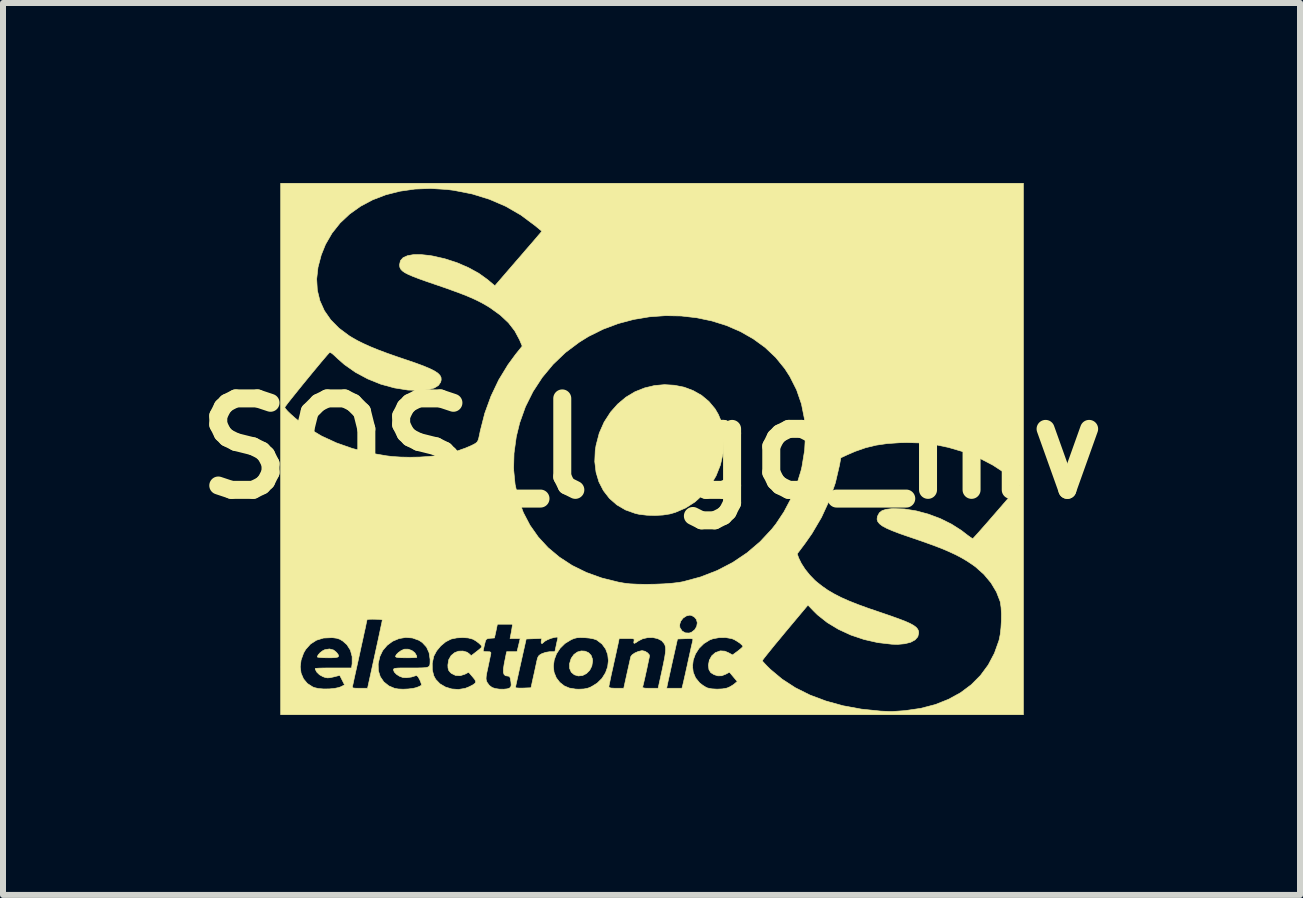
<source format=kicad_pcb>
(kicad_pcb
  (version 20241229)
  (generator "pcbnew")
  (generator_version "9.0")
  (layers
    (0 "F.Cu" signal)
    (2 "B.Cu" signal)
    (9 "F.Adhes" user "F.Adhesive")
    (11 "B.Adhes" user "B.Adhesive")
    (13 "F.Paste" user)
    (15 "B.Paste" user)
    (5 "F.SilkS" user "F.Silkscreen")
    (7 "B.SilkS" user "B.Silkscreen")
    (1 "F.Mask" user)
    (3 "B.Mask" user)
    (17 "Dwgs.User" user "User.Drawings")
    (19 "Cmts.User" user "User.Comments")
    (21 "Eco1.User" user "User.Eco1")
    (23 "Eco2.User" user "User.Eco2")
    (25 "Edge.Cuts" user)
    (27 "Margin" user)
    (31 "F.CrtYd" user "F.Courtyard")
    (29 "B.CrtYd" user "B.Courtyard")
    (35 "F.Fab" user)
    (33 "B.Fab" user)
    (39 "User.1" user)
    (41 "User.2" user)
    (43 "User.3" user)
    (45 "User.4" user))
  (footprint "SOS_logo_inv"
    (layer "F.Cu")
    (at 7.809 4.425)
    (property "Reference" "SOS_logo_inv" (at 0 0 0) (layer "F.SilkS") (effects (font (size 1.524 1.524) (thickness 0.3))))
    (attr through_hole)
    (fp_poly (pts (xy -5.299 3.359) (xy -5.25 3.399) (xy -5.223 3.435) (xy -5.215 3.46) (xy -5.228 3.476) (xy -5.266 3.484) (xy -5.332 3.488) (xy -5.393 3.488) (xy -5.466 3.487) (xy -5.525 3.483) (xy -5.562 3.478) (xy -5.571 3.474) (xy -5.557 3.441) (xy -5.523 3.403) (xy -5.479 3.37) (xy -5.444 3.353) (xy -5.367 3.341) (xy -5.299 3.359)) (stroke (width 0.01) (type solid)) (fill yes) (layer "F.SilkS"))
    (fp_poly (pts (xy -3.994 3.367) (xy -3.945 3.405) (xy -3.916 3.454) (xy -3.912 3.481) (xy -3.927 3.484) (xy -3.97 3.486) (xy -4.033 3.488) (xy -4.089 3.488) (xy -4.172 3.487) (xy -4.225 3.484) (xy -4.255 3.478) (xy -4.267 3.468) (xy -4.267 3.464) (xy -4.253 3.435) (xy -4.218 3.4) (xy -4.172 3.368) (xy -4.125 3.347) (xy -4.117 3.345) (xy -4.055 3.345) (xy -3.994 3.367)) (stroke (width 0.01) (type solid)) (fill yes) (layer "F.SilkS"))
    (fp_poly (pts (xy -1.108 3.378) (xy -1.052 3.402) (xy -1.008 3.446) (xy -0.985 3.508) (xy -0.982 3.541) (xy -0.995 3.625) (xy -1.031 3.697) (xy -1.085 3.751) (xy -1.15 3.784) (xy -1.221 3.791) (xy -1.287 3.771) (xy -1.338 3.728) (xy -1.365 3.666) (xy -1.367 3.59) (xy -1.342 3.506) (xy -1.337 3.495) (xy -1.292 3.432) (xy -1.235 3.392) (xy -1.171 3.374) (xy -1.108 3.378)) (stroke (width 0.01) (type solid)) (fill yes) (layer "F.SilkS"))
    (fp_poly (pts (xy 0.382 -1.054) (xy 0.543 -1.022) (xy 0.694 -0.965) (xy 0.834 -0.886) (xy 0.956 -0.784) (xy 1.059 -0.661) (xy 1.114 -0.567) (xy 1.164 -0.447) (xy 1.194 -0.322) (xy 1.207 -0.179) (xy 1.208 -0.119) (xy 1.192 0.083) (xy 1.148 0.275) (xy 1.076 0.455) (xy 0.981 0.619) (xy 0.862 0.766) (xy 0.724 0.891) (xy 0.568 0.991) (xy 0.396 1.065) (xy 0.305 1.091) (xy 0.19 1.109) (xy 0.058 1.116) (xy -0.078 1.112) (xy -0.205 1.097) (xy -0.268 1.083) (xy -0.434 1.024) (xy -0.579 0.939) (xy -0.702 0.831) (xy -0.802 0.702) (xy -0.877 0.556) (xy -0.925 0.394) (xy -0.946 0.218) (xy -0.938 0.033) (xy -0.924 -0.054) (xy -0.871 -0.257) (xy -0.79 -0.44) (xy -0.682 -0.607) (xy -0.564 -0.74) (xy -0.427 -0.855) (xy -0.277 -0.945) (xy -0.117 -1.009) (xy 0.049 -1.049) (xy 0.216 -1.064) (xy 0.382 -1.054)) (stroke (width 0.01) (type solid)) (fill yes) (layer "F.SilkS"))
    (fp_poly (pts (xy 6.198 4.437) (xy -6.181 4.437) (xy -6.181 3.64) (xy -5.855 3.64) (xy -5.841 3.745) (xy -5.801 3.839) (xy -5.736 3.917) (xy -5.647 3.974) (xy -5.62 3.985) (xy -5.551 4.001) (xy -5.464 4.008) (xy -5.369 4.007) (xy -5.279 3.998) (xy -5.205 3.982) (xy -5.178 3.971) (xy -5.17 3.967) (xy -4.985 3.967) (xy -4.985 3.982) (xy -4.972 3.991) (xy -4.939 3.995) (xy -4.88 3.996) (xy -4.862 3.996) (xy -4.733 3.996) (xy -4.644 3.589) (xy -4.556 3.589) (xy -4.553 3.703) (xy -4.521 3.804) (xy -4.462 3.89) (xy -4.378 3.957) (xy -4.284 3.997) (xy -4.223 4.008) (xy -4.141 4.012) (xy -4.054 4.008) (xy -3.973 3.998) (xy -3.923 3.986) (xy -3.875 3.968) (xy -3.843 3.951) (xy -3.835 3.945) (xy -3.837 3.923) (xy -3.851 3.882) (xy -3.864 3.853) (xy -3.891 3.805) (xy -3.914 3.785) (xy -3.928 3.786) (xy -4.002 3.809) (xy -4.081 3.82) (xy -4.143 3.817) (xy -4.198 3.797) (xy -4.249 3.765) (xy -4.287 3.726) (xy -4.301 3.69) (xy -4.299 3.678) (xy -4.291 3.67) (xy -4.271 3.664) (xy -4.235 3.66) (xy -4.178 3.658) (xy -4.096 3.658) (xy -4.007 3.658) (xy -3.896 3.658) (xy -3.815 3.656) (xy -3.759 3.652) (xy -3.723 3.642) (xy -3.702 3.625) (xy -3.693 3.598) (xy -3.692 3.58) (xy -3.655 3.58) (xy -3.654 3.69) (xy -3.629 3.789) (xy -3.597 3.848) (xy -3.526 3.922) (xy -3.434 3.976) (xy -3.329 4.008) (xy -3.217 4.016) (xy -3.106 3.998) (xy -3.036 3.97) (xy -2.973 3.937) (xy -2.938 3.91) (xy -2.93 3.884) (xy -2.946 3.85) (xy -2.981 3.807) (xy -3.048 3.729) (xy -3.111 3.762) (xy -3.19 3.787) (xy -3.267 3.782) (xy -3.334 3.749) (xy -3.351 3.735) (xy -3.38 3.699) (xy -3.392 3.657) (xy -3.394 3.608) (xy -3.38 3.52) (xy -3.34 3.451) (xy -3.28 3.402) (xy -3.215 3.378) (xy -3.143 3.376) (xy -3.076 3.395) (xy -3.043 3.418) (xy -3.005 3.453) (xy -2.917 3.385) (xy -2.905 3.376) (xy -2.805 3.376) (xy -2.786 3.385) (xy -2.742 3.387) (xy -2.698 3.388) (xy -2.679 3.397) (xy -2.678 3.418) (xy -2.679 3.425) (xy -2.686 3.456) (xy -2.698 3.513) (xy -2.713 3.585) (xy -2.727 3.652) (xy -2.745 3.735) (xy -2.755 3.792) (xy -2.758 3.831) (xy -2.755 3.86) (xy -2.746 3.886) (xy -2.74 3.899) (xy -2.703 3.949) (xy -2.656 3.984) (xy -2.603 4.001) (xy -2.536 4.011) (xy -2.465 4.012) (xy -2.404 4.006) (xy -2.363 3.991) (xy -2.357 3.984) (xy -2.268 3.984) (xy -2.253 3.99) (xy -2.212 3.993) (xy -2.154 3.993) (xy -2.139 3.993) (xy -2.009 3.988) (xy -1.972 3.818) (xy -1.953 3.734) (xy -1.935 3.649) (xy -1.93 3.627) (xy -1.636 3.627) (xy -1.625 3.729) (xy -1.587 3.823) (xy -1.529 3.898) (xy -1.454 3.957) (xy -1.369 3.993) (xy -1.265 4.01) (xy -1.211 4.012) (xy -1.127 4.008) (xy -1.059 3.994) (xy -1.007 3.973) (xy -0.711 3.973) (xy -0.702 3.986) (xy -0.671 3.993) (xy -0.613 3.996) (xy -0.587 3.996) (xy -0.463 3.996) (xy -0.408 3.746) (xy -0.388 3.657) (xy -0.37 3.577) (xy -0.356 3.514) (xy -0.347 3.475) (xy -0.345 3.467) (xy -0.322 3.438) (xy -0.278 3.408) (xy -0.223 3.384) (xy -0.169 3.371) (xy -0.153 3.37) (xy -0.108 3.38) (xy -0.066 3.406) (xy -0.038 3.438) (xy -0.034 3.455) (xy -0.037 3.476) (xy -0.047 3.524) (xy -0.061 3.59) (xy -0.077 3.667) (xy -0.095 3.748) (xy -0.112 3.826) (xy -0.128 3.894) (xy -0.14 3.944) (xy -0.146 3.967) (xy -0.147 3.982) (xy -0.135 3.99) (xy -0.104 3.995) (xy -0.047 3.996) (xy -0.022 3.996) (xy 0.11 3.996) (xy 0.252 3.996) (xy 0.507 3.996) (xy 0.523 3.933) (xy 0.532 3.896) (xy 0.546 3.833) (xy 0.565 3.75) (xy 0.586 3.653) (xy 0.592 3.629) (xy 0.683 3.629) (xy 0.695 3.73) (xy 0.734 3.823) (xy 0.8 3.904) (xy 0.804 3.908) (xy 0.856 3.948) (xy 0.908 3.98) (xy 0.935 3.992) (xy 1.005 4.006) (xy 1.092 4.011) (xy 1.18 4.007) (xy 1.253 3.994) (xy 1.255 3.994) (xy 1.312 3.969) (xy 1.368 3.934) (xy 1.374 3.929) (xy 1.429 3.883) (xy 1.364 3.806) (xy 1.299 3.728) (xy 1.238 3.761) (xy 1.169 3.788) (xy 1.105 3.789) (xy 1.042 3.769) (xy 0.987 3.735) (xy 0.957 3.685) (xy 0.948 3.613) (xy 0.948 3.612) (xy 0.962 3.536) (xy 1.846 3.536) (xy 1.857 3.553) (xy 1.889 3.588) (xy 1.935 3.636) (xy 1.982 3.682) (xy 2.176 3.844) (xy 2.396 3.987) (xy 2.64 4.109) (xy 2.907 4.209) (xy 3.194 4.288) (xy 3.499 4.344) (xy 3.821 4.377) (xy 3.962 4.383) (xy 4.012 4.383) (xy 4.083 4.379) (xy 4.167 4.373) (xy 4.225 4.369) (xy 4.486 4.331) (xy 4.728 4.268) (xy 4.95 4.18) (xy 5.151 4.07) (xy 5.329 3.937) (xy 5.483 3.782) (xy 5.612 3.607) (xy 5.715 3.412) (xy 5.791 3.199) (xy 5.794 3.187) (xy 5.812 3.097) (xy 5.824 2.988) (xy 5.831 2.871) (xy 5.832 2.755) (xy 5.826 2.65) (xy 5.814 2.566) (xy 5.81 2.548) (xy 5.749 2.391) (xy 5.658 2.239) (xy 5.54 2.098) (xy 5.399 1.972) (xy 5.346 1.934) (xy 5.257 1.875) (xy 5.164 1.82) (xy 5.064 1.768) (xy 4.952 1.716) (xy 4.824 1.662) (xy 4.676 1.606) (xy 4.503 1.544) (xy 4.302 1.475) (xy 4.301 1.475) (xy 4.145 1.421) (xy 4.019 1.373) (xy 3.921 1.331) (xy 3.848 1.292) (xy 3.799 1.254) (xy 3.77 1.217) (xy 3.759 1.179) (xy 3.764 1.137) (xy 3.769 1.124) (xy 3.797 1.072) (xy 3.842 1.036) (xy 3.91 1.014) (xy 4.004 1.003) (xy 4.028 1.002) (xy 4.214 1.008) (xy 4.412 1.04) (xy 4.614 1.094) (xy 4.812 1.168) (xy 4.998 1.26) (xy 5.165 1.366) (xy 5.215 1.405) (xy 5.271 1.448) (xy 5.317 1.481) (xy 5.347 1.5) (xy 5.354 1.503) (xy 5.368 1.489) (xy 5.401 1.453) (xy 5.451 1.398) (xy 5.515 1.325) (xy 5.591 1.239) (xy 5.675 1.142) (xy 5.748 1.058) (xy 6.13 0.618) (xy 6.033 0.528) (xy 5.875 0.399) (xy 5.69 0.278) (xy 5.484 0.171) (xy 5.265 0.079) (xy 5.184 0.051) (xy 4.949 -0.018) (xy 4.724 -0.065) (xy 4.497 -0.092) (xy 4.257 -0.099) (xy 4.132 -0.096) (xy 3.926 -0.082) (xy 3.742 -0.055) (xy 3.569 -0.013) (xy 3.397 0.047) (xy 3.267 0.103) (xy 3.155 0.155) (xy 3.133 0.277) (xy 3.064 0.573) (xy 2.963 0.865) (xy 2.832 1.149) (xy 2.673 1.419) (xy 2.558 1.583) (xy 2.428 1.756) (xy 2.453 1.826) (xy 2.496 1.914) (xy 2.559 2.012) (xy 2.637 2.109) (xy 2.722 2.197) (xy 2.753 2.224) (xy 2.843 2.295) (xy 2.937 2.361) (xy 3.041 2.422) (xy 3.157 2.482) (xy 3.29 2.541) (xy 3.444 2.602) (xy 3.623 2.667) (xy 3.817 2.733) (xy 3.981 2.789) (xy 4.115 2.837) (xy 4.223 2.878) (xy 4.305 2.914) (xy 4.367 2.948) (xy 4.409 2.979) (xy 4.436 3.011) (xy 4.45 3.043) (xy 4.453 3.074) (xy 4.438 3.138) (xy 4.392 3.19) (xy 4.32 3.229) (xy 4.222 3.254) (xy 4.102 3.265) (xy 4.005 3.262) (xy 3.771 3.235) (xy 3.542 3.183) (xy 3.322 3.109) (xy 3.116 3.014) (xy 2.929 2.901) (xy 2.766 2.772) (xy 2.702 2.709) (xy 2.607 2.61) (xy 2.226 3.065) (xy 2.138 3.172) (xy 2.056 3.27) (xy 1.985 3.358) (xy 1.926 3.431) (xy 1.881 3.488) (xy 1.854 3.524) (xy 1.846 3.536) (xy 0.962 3.536) (xy 0.963 3.529) (xy 1.003 3.456) (xy 1.063 3.403) (xy 1.068 3.401) (xy 1.146 3.373) (xy 1.222 3.378) (xy 1.287 3.406) (xy 1.35 3.441) (xy 1.437 3.377) (xy 1.482 3.341) (xy 1.513 3.313) (xy 1.524 3.3) (xy 1.51 3.278) (xy 1.476 3.247) (xy 1.429 3.215) (xy 1.38 3.186) (xy 1.339 3.169) (xy 1.237 3.151) (xy 1.127 3.152) (xy 1.024 3.171) (xy 0.972 3.19) (xy 0.872 3.252) (xy 0.791 3.332) (xy 0.732 3.425) (xy 0.695 3.526) (xy 0.683 3.629) (xy 0.592 3.629) (xy 0.609 3.549) (xy 0.609 3.548) (xy 0.632 3.446) (xy 0.652 3.354) (xy 0.669 3.278) (xy 0.682 3.224) (xy 0.688 3.196) (xy 0.688 3.195) (xy 0.69 3.18) (xy 0.679 3.172) (xy 0.649 3.168) (xy 0.595 3.169) (xy 0.565 3.17) (xy 0.433 3.175) (xy 0.353 3.531) (xy 0.329 3.639) (xy 0.307 3.74) (xy 0.288 3.826) (xy 0.273 3.893) (xy 0.264 3.935) (xy 0.263 3.941) (xy 0.252 3.996) (xy 0.11 3.996) (xy 0.174 3.704) (xy 0.2 3.58) (xy 0.219 3.484) (xy 0.23 3.411) (xy 0.235 3.356) (xy 0.233 3.314) (xy 0.225 3.281) (xy 0.212 3.253) (xy 0.169 3.203) (xy 0.103 3.169) (xy 0.023 3.151) (xy -0.063 3.152) (xy -0.147 3.171) (xy -0.215 3.205) (xy -0.262 3.237) (xy -0.287 3.248) (xy -0.296 3.24) (xy -0.293 3.212) (xy -0.292 3.209) (xy -0.289 3.187) (xy -0.295 3.175) (xy -0.317 3.169) (xy -0.361 3.167) (xy -0.412 3.167) (xy -0.539 3.167) (xy -0.559 3.264) (xy -0.57 3.313) (xy -0.586 3.388) (xy -0.606 3.479) (xy -0.629 3.581) (xy -0.645 3.656) (xy -0.667 3.752) (xy -0.685 3.838) (xy -0.699 3.908) (xy -0.709 3.955) (xy -0.711 3.973) (xy -1.007 3.973) (xy -1.006 3.973) (xy -0.905 3.91) (xy -0.825 3.831) (xy -0.767 3.738) (xy -0.731 3.638) (xy -0.719 3.536) (xy -0.73 3.435) (xy -0.765 3.341) (xy -0.825 3.259) (xy -0.91 3.194) (xy -0.922 3.188) (xy -0.967 3.173) (xy -1.035 3.16) (xy -1.112 3.153) (xy -1.187 3.151) (xy -1.241 3.154) (xy -1.287 3.165) (xy -1.339 3.186) (xy -1.34 3.187) (xy -1.442 3.249) (xy -1.523 3.329) (xy -1.584 3.422) (xy -1.622 3.523) (xy -1.636 3.627) (xy -1.93 3.627) (xy -1.919 3.577) (xy -1.914 3.551) (xy -1.9 3.494) (xy -1.884 3.46) (xy -1.857 3.436) (xy -1.828 3.42) (xy -1.766 3.398) (xy -1.698 3.387) (xy -1.687 3.387) (xy -1.611 3.387) (xy -1.592 3.298) (xy -1.58 3.24) (xy -1.569 3.191) (xy -1.564 3.173) (xy -1.561 3.15) (xy -1.574 3.143) (xy -1.609 3.147) (xy -1.62 3.149) (xy -1.679 3.165) (xy -1.737 3.189) (xy -1.783 3.215) (xy -1.803 3.234) (xy -1.824 3.252) (xy -1.839 3.242) (xy -1.839 3.211) (xy -1.839 3.208) (xy -1.828 3.165) (xy -1.958 3.17) (xy -2.089 3.175) (xy -2.178 3.573) (xy -2.203 3.685) (xy -2.225 3.785) (xy -2.244 3.87) (xy -2.258 3.935) (xy -2.266 3.974) (xy -2.268 3.984) (xy -2.357 3.984) (xy -2.346 3.972) (xy -2.339 3.943) (xy -2.343 3.894) (xy -2.345 3.881) (xy -2.354 3.829) (xy -2.366 3.802) (xy -2.385 3.794) (xy -2.394 3.793) (xy -2.433 3.787) (xy -2.457 3.768) (xy -2.469 3.731) (xy -2.468 3.671) (xy -2.455 3.586) (xy -2.443 3.526) (xy -2.415 3.387) (xy -2.242 3.387) (xy -2.215 3.277) (xy -2.189 3.167) (xy -2.358 3.167) (xy -2.347 3.111) (xy -2.336 3.055) (xy -2.326 2.995) (xy -2.326 2.993) (xy -2.317 2.936) (xy 0.468 2.936) (xy 0.473 2.986) (xy 0.51 3.042) (xy 0.564 3.073) (xy 0.627 3.076) (xy 0.666 3.063) (xy 0.72 3.021) (xy 0.753 2.965) (xy 0.763 2.905) (xy 0.748 2.849) (xy 0.717 2.812) (xy 0.677 2.788) (xy 0.641 2.777) (xy 0.64 2.777) (xy 0.58 2.791) (xy 0.526 2.827) (xy 0.487 2.878) (xy 0.468 2.936) (xy -2.317 2.936) (xy -2.316 2.929) (xy -2.569 2.929) (xy -2.593 3.044) (xy -2.618 3.158) (xy -2.688 3.163) (xy -2.728 3.168) (xy -2.752 3.179) (xy -2.767 3.204) (xy -2.779 3.252) (xy -2.785 3.277) (xy -2.796 3.324) (xy -2.804 3.357) (xy -2.805 3.376) (xy -2.905 3.376) (xy -2.871 3.349) (xy -2.839 3.32) (xy -2.828 3.304) (xy -2.841 3.28) (xy -2.875 3.247) (xy -2.92 3.212) (xy -2.968 3.183) (xy -2.984 3.176) (xy -3.057 3.157) (xy -3.148 3.151) (xy -3.244 3.156) (xy -3.332 3.174) (xy -3.345 3.178) (xy -3.431 3.222) (xy -3.513 3.29) (xy -3.582 3.373) (xy -3.629 3.461) (xy -3.631 3.469) (xy -3.655 3.58) (xy -3.692 3.58) (xy -3.691 3.56) (xy -3.691 3.514) (xy -3.707 3.405) (xy -3.75 3.31) (xy -3.82 3.234) (xy -3.876 3.197) (xy -3.985 3.158) (xy -4.098 3.149) (xy -4.209 3.168) (xy -4.314 3.212) (xy -4.406 3.28) (xy -4.481 3.368) (xy -4.528 3.467) (xy -4.556 3.589) (xy -4.644 3.589) (xy -4.61 3.433) (xy -4.581 3.3) (xy -4.554 3.177) (xy -4.531 3.069) (xy -4.512 2.979) (xy -4.497 2.911) (xy -4.489 2.869) (xy -4.487 2.857) (xy -4.502 2.852) (xy -4.541 2.848) (xy -4.594 2.846) (xy -4.65 2.845) (xy -4.7 2.846) (xy -4.733 2.849) (xy -4.741 2.853) (xy -4.745 2.87) (xy -4.755 2.915) (xy -4.769 2.985) (xy -4.789 3.073) (xy -4.811 3.176) (xy -4.836 3.288) (xy -4.861 3.405) (xy -4.887 3.523) (xy -4.912 3.636) (xy -4.935 3.74) (xy -4.955 3.83) (xy -4.97 3.902) (xy -4.981 3.95) (xy -4.985 3.967) (xy -5.17 3.967) (xy -5.116 3.94) (xy -5.156 3.861) (xy -5.196 3.781) (xy -5.299 3.807) (xy -5.359 3.82) (xy -5.401 3.823) (xy -5.44 3.816) (xy -5.478 3.802) (xy -5.534 3.771) (xy -5.579 3.727) (xy -5.603 3.682) (xy -5.605 3.667) (xy -5.589 3.664) (xy -5.544 3.661) (xy -5.477 3.659) (xy -5.391 3.658) (xy -5.302 3.658) (xy -5 3.658) (xy -4.99 3.586) (xy -4.99 3.468) (xy -5.019 3.361) (xy -5.077 3.27) (xy -5.145 3.21) (xy -5.194 3.18) (xy -5.243 3.163) (xy -5.308 3.154) (xy -5.333 3.153) (xy -5.467 3.159) (xy -5.584 3.195) (xy -5.684 3.259) (xy -5.764 3.349) (xy -5.799 3.409) (xy -5.841 3.526) (xy -5.855 3.64) (xy -6.181 3.64) (xy -6.181 0.344) (xy -2.299 0.344) (xy -2.274 0.598) (xy -2.22 0.839) (xy -2.137 1.067) (xy -2.026 1.279) (xy -1.888 1.475) (xy -1.724 1.653) (xy -1.535 1.811) (xy -1.322 1.95) (xy -1.086 2.066) (xy -0.828 2.159) (xy -0.549 2.228) (xy -0.458 2.244) (xy -0.358 2.256) (xy -0.233 2.262) (xy -0.092 2.264) (xy 0.057 2.262) (xy 0.204 2.256) (xy 0.341 2.246) (xy 0.46 2.232) (xy 0.529 2.219) (xy 0.821 2.14) (xy 1.096 2.033) (xy 1.354 1.899) (xy 1.593 1.738) (xy 1.81 1.553) (xy 2.004 1.345) (xy 2.075 1.255) (xy 2.206 1.058) (xy 2.322 0.839) (xy 2.418 0.608) (xy 2.49 0.375) (xy 2.507 0.304) (xy 2.552 0.028) (xy 2.566 -0.239) (xy 2.548 -0.496) (xy 2.499 -0.742) (xy 2.418 -0.977) (xy 2.306 -1.199) (xy 2.222 -1.33) (xy 2.069 -1.518) (xy 1.893 -1.684) (xy 1.695 -1.828) (xy 1.48 -1.95) (xy 1.249 -2.05) (xy 1.006 -2.126) (xy 0.754 -2.179) (xy 0.494 -2.209) (xy 0.231 -2.214) (xy -0.034 -2.195) (xy -0.297 -2.151) (xy -0.556 -2.082) (xy -0.807 -1.988) (xy -1.049 -1.868) (xy -1.204 -1.772) (xy -1.435 -1.599) (xy -1.641 -1.402) (xy -1.822 -1.184) (xy -1.976 -0.948) (xy -2.102 -0.695) (xy -2.198 -0.426) (xy -2.254 -0.197) (xy -2.292 0.079) (xy -2.299 0.344) (xy -6.181 0.344) (xy -6.181 -0.686) (xy -6.113 -0.686) (xy -6.1 -0.662) (xy -6.065 -0.622) (xy -6.012 -0.571) (xy -5.947 -0.513) (xy -5.874 -0.453) (xy -5.798 -0.394) (xy -5.724 -0.341) (xy -5.718 -0.337) (xy -5.498 -0.207) (xy -5.253 -0.094) (xy -4.988 -0.001) (xy -4.708 0.072) (xy -4.418 0.122) (xy -4.318 0.134) (xy -4.179 0.143) (xy -4.025 0.146) (xy -3.866 0.143) (xy -3.711 0.133) (xy -3.571 0.119) (xy -3.476 0.103) (xy -3.35 0.073) (xy -3.224 0.036) (xy -3.106 -0.005) (xy -3.007 -0.047) (xy -2.957 -0.072) (xy -2.928 -0.09) (xy -2.908 -0.107) (xy -2.893 -0.132) (xy -2.88 -0.171) (xy -2.867 -0.231) (xy -2.853 -0.299) (xy -2.779 -0.588) (xy -2.676 -0.871) (xy -2.547 -1.142) (xy -2.393 -1.395) (xy -2.267 -1.567) (xy -2.155 -1.706) (xy -2.199 -1.81) (xy -2.278 -1.958) (xy -2.384 -2.095) (xy -2.519 -2.222) (xy -2.685 -2.342) (xy -2.739 -2.376) (xy -2.823 -2.424) (xy -2.913 -2.47) (xy -3.014 -2.516) (xy -3.13 -2.564) (xy -3.266 -2.615) (xy -3.426 -2.673) (xy -3.586 -2.728) (xy -3.744 -2.782) (xy -3.873 -2.828) (xy -3.975 -2.867) (xy -4.054 -2.901) (xy -4.112 -2.931) (xy -4.153 -2.96) (xy -4.179 -2.988) (xy -4.194 -3.018) (xy -4.199 -3.05) (xy -4.199 -3.065) (xy -4.185 -3.13) (xy -4.141 -3.18) (xy -4.068 -3.213) (xy -3.969 -3.231) (xy -3.844 -3.232) (xy -3.695 -3.216) (xy -3.647 -3.208) (xy -3.444 -3.162) (xy -3.243 -3.097) (xy -3.053 -3.015) (xy -2.881 -2.921) (xy -2.735 -2.816) (xy -2.729 -2.811) (xy -2.611 -2.712) (xy -2.265 -3.113) (xy -2.177 -3.214) (xy -2.095 -3.31) (xy -2.02 -3.396) (xy -1.958 -3.468) (xy -1.91 -3.524) (xy -1.88 -3.56) (xy -1.873 -3.567) (xy -1.828 -3.621) (xy -1.943 -3.716) (xy -2.178 -3.891) (xy -2.431 -4.037) (xy -2.703 -4.154) (xy -2.991 -4.243) (xy -3.297 -4.303) (xy -3.407 -4.317) (xy -3.681 -4.334) (xy -3.944 -4.324) (xy -4.194 -4.288) (xy -4.43 -4.228) (xy -4.649 -4.144) (xy -4.85 -4.037) (xy -5.031 -3.908) (xy -5.19 -3.759) (xy -5.325 -3.589) (xy -5.434 -3.401) (xy -5.505 -3.225) (xy -5.559 -3.02) (xy -5.581 -2.824) (xy -5.57 -2.637) (xy -5.527 -2.462) (xy -5.453 -2.297) (xy -5.347 -2.145) (xy -5.21 -2.006) (xy -5.043 -1.881) (xy -4.986 -1.846) (xy -4.894 -1.794) (xy -4.794 -1.745) (xy -4.683 -1.695) (xy -4.555 -1.643) (xy -4.406 -1.587) (xy -4.232 -1.526) (xy -4.102 -1.482) (xy -3.938 -1.426) (xy -3.805 -1.377) (xy -3.699 -1.333) (xy -3.619 -1.293) (xy -3.562 -1.256) (xy -3.526 -1.219) (xy -3.508 -1.182) (xy -3.506 -1.142) (xy -3.515 -1.105) (xy -3.552 -1.051) (xy -3.618 -1.01) (xy -3.713 -0.982) (xy -3.835 -0.968) (xy -3.839 -0.968) (xy -4.06 -0.974) (xy -4.286 -1.01) (xy -4.512 -1.072) (xy -4.73 -1.16) (xy -4.935 -1.27) (xy -5.12 -1.4) (xy -5.229 -1.496) (xy -5.286 -1.55) (xy -5.324 -1.583) (xy -5.349 -1.598) (xy -5.366 -1.598) (xy -5.375 -1.591) (xy -5.405 -1.558) (xy -5.45 -1.505) (xy -5.508 -1.437) (xy -5.575 -1.356) (xy -5.649 -1.267) (xy -5.726 -1.173) (xy -5.804 -1.078) (xy -5.879 -0.985) (xy -5.949 -0.898) (xy -6.01 -0.822) (xy -6.06 -0.759) (xy -6.094 -0.713) (xy -6.112 -0.689) (xy -6.113 -0.686) (xy -6.181 -0.686) (xy -6.181 -4.42) (xy 6.198 -4.42) (xy 6.198 4.437)) (stroke (width 0.01) (type solid)) (fill yes) (layer "F.SilkS")))
  (gr_rect
    (start -3 -3)
    (end 18.617 11.866)
    (stroke (width 0.1) (type default))
    (fill no)
    (layer "Edge.Cuts")))
</source>
